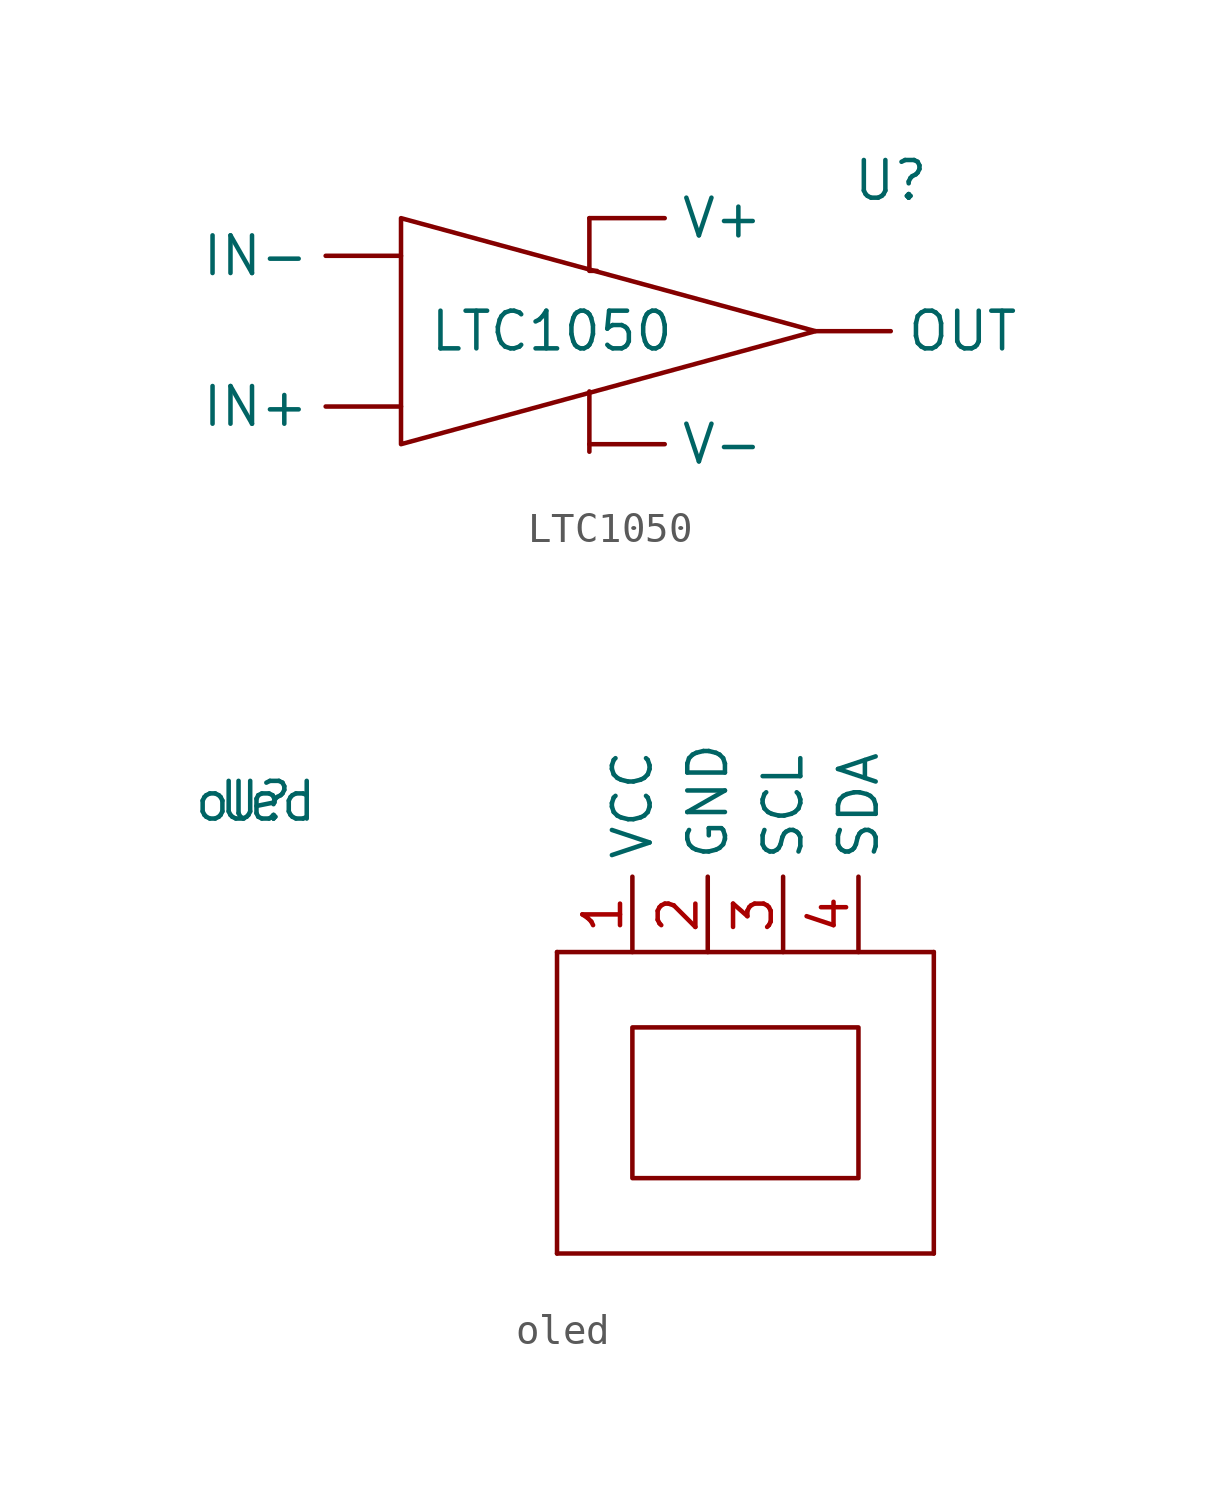
<source format=kicad_sym>
(kicad_symbol_lib
  (version 20211014)
  (generator kicad_symbol_editor)
  (symbol "LTC1050"
    (property "Reference" "U"
      (at 10.16 5.08 0)
      (effects (font (size 1.27 1.27))))
    (property "Value" "LTC1050"
      (at -1.27 0 0)
      (effects (font (size 1.27 1.27))))
    (symbol "LTC1050_0_1"
      (polyline (pts (xy 0 -4.064) (xy 0 -2.032)) (stroke (width 0) (type default) (color 0 0 0 0)) (fill (type none)))
      (polyline (pts (xy 0 3.81) (xy 0 2.032) (xy 0.254 2.032)) (stroke (width 0) (type default) (color 0 0 0 0)) (fill (type none)))
      (polyline (pts (xy -6.35 0) (xy -6.35 3.81) (xy 7.62 0) (xy -6.35 -3.81) (xy -6.35 0)) (stroke (width 0) (type default) (color 0 0 0 0)) (fill (type none))))
    (symbol "LTC1050_1_1"
      (pin input line (at -6.35 -2.54 180) (length 2.54) (name "IN+" (effects (font (size 1.27 1.27)))) (number "" (effects (font (size 1.27 1.27)))))
      (pin input line (at -6.35 2.54 180) (length 2.54) (name "IN-" (effects (font (size 1.27 1.27)))) (number "" (effects (font (size 1.27 1.27)))))
      (pin output line (at 7.62 0 0) (length 2.54) (name "OUT" (effects (font (size 1.27 1.27)))) (number "" (effects (font (size 1.27 1.27)))))
      (pin input line (at 0 3.81 0) (length 2.54) (name "V+" (effects (font (size 1.27 1.27)))) (number "" (effects (font (size 1.27 1.27)))))
      (pin input line (at 0 -3.81 0) (length 2.54) (name "V-" (effects (font (size 1.27 1.27)))) (number "" (effects (font (size 1.27 1.27)))))))
  (symbol "oled"
    (property "Reference" "U"
      (at 0 0 0)
      (effects (font (size 1.27 1.27))))
    (property "Value" "oled"
      (at 0 0 0)
      (effects (font (size 1.27 1.27))))
    (symbol "oled_0_1"
      (rectangle (start 10.16 -15.24) (end 10.16 -5.08) (stroke (width 0) (type default) (color 0 0 0 0)) (fill (type none)))
      (rectangle (start 10.16 -15.24) (end 22.86 -15.24) (stroke (width 0) (type default) (color 0 0 0 0)) (fill (type none)))
      (rectangle (start 12.7 -7.62) (end 20.32 -12.7) (stroke (width 0) (type default) (color 0 0 0 0)) (fill (type none)))
      (rectangle (start 22.86 -5.08) (end 10.16 -5.08) (stroke (width 0) (type default) (color 0 0 0 0)) (fill (type none)))
      (rectangle (start 22.86 -5.08) (end 22.86 -15.24) (stroke (width 0) (type default) (color 0 0 0 0)) (fill (type none))))
    (symbol "oled_1_1"
      (pin bidirectional line (at 12.7 -5.08 90) (length 2.54) (name "VCC" (effects (font (size 1.27 1.27)))) (number "1" (effects (font (size 1.27 1.27)))))
      (pin bidirectional line (at 15.24 -5.08 90) (length 2.54) (name "GND" (effects (font (size 1.27 1.27)))) (number "2" (effects (font (size 1.27 1.27)))))
      (pin bidirectional line (at 17.78 -5.08 90) (length 2.54) (name "SCL" (effects (font (size 1.27 1.27)))) (number "3" (effects (font (size 1.27 1.27)))))
      (pin bidirectional line (at 20.32 -5.08 90) (length 2.54) (name "SDA" (effects (font (size 1.27 1.27)))) (number "4" (effects (font (size 1.27 1.27))))))))
</source>
